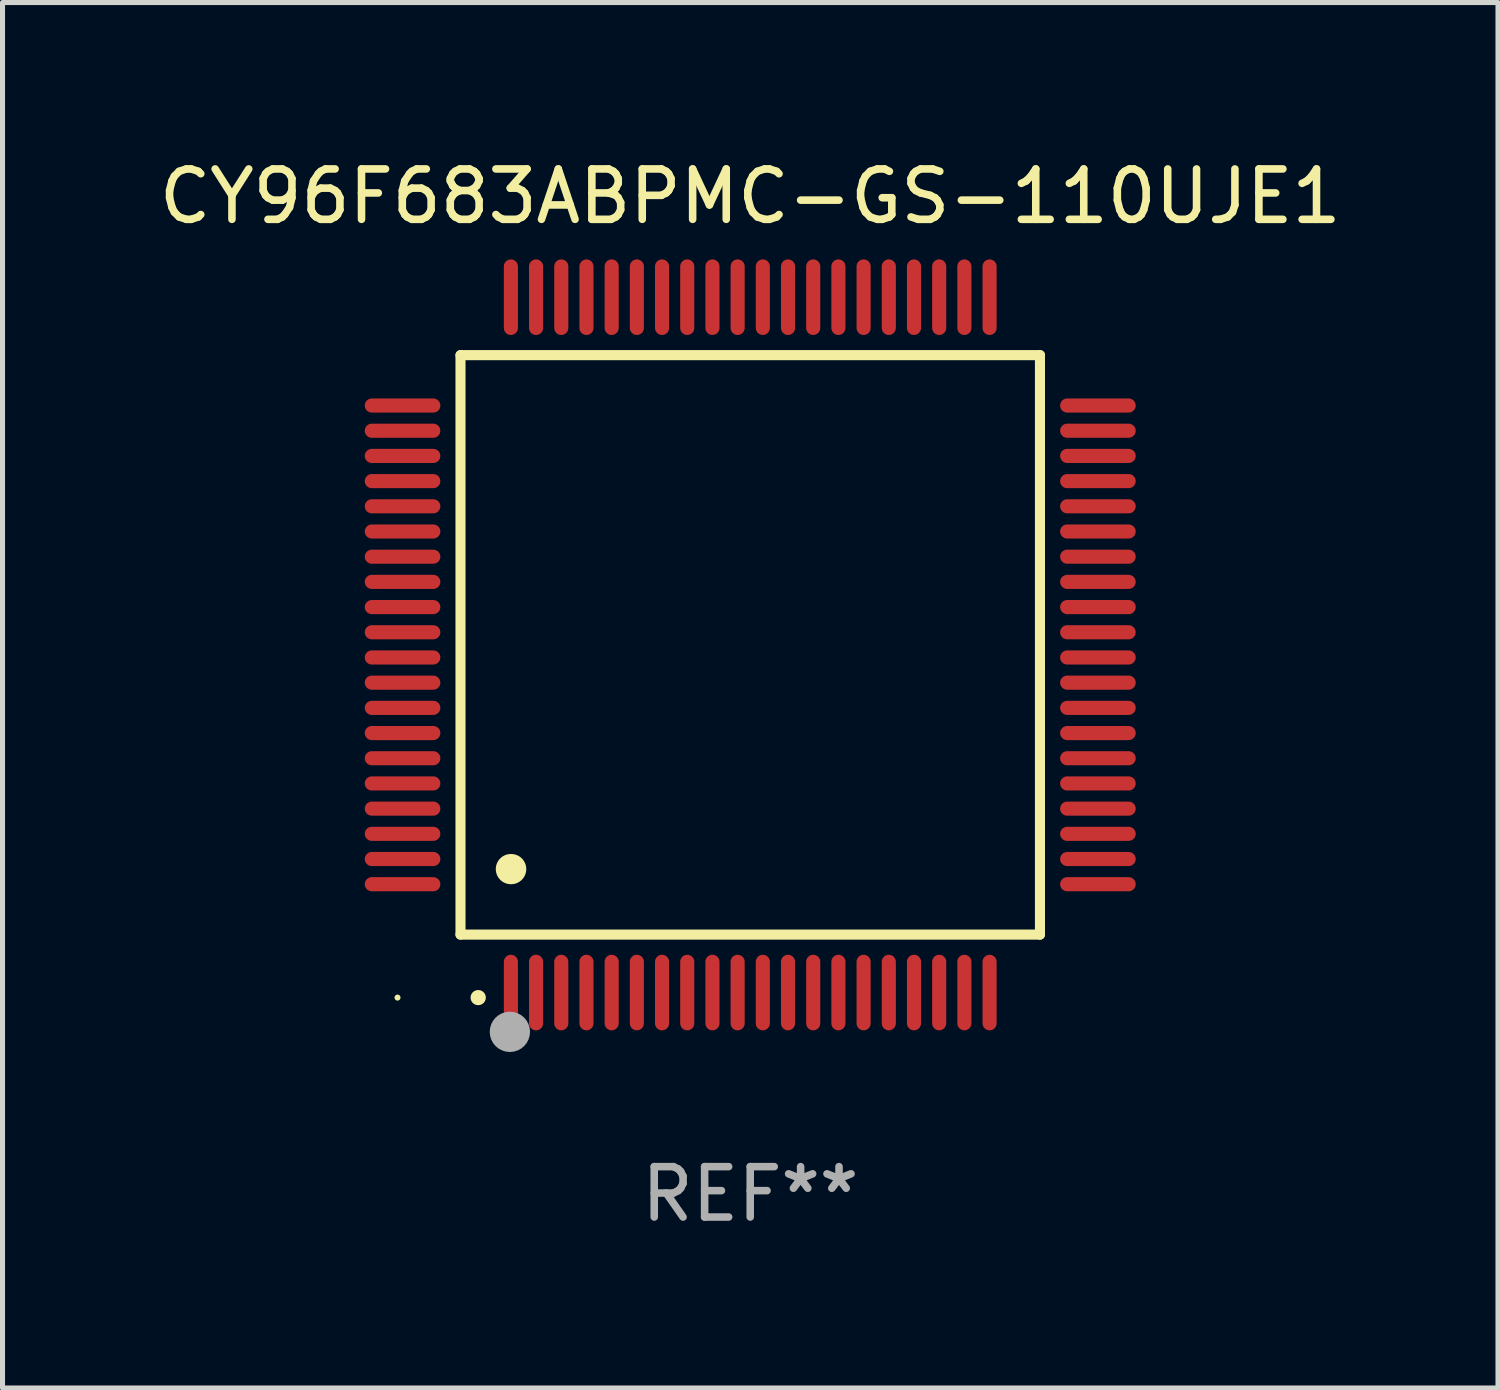
<source format=kicad_pcb>
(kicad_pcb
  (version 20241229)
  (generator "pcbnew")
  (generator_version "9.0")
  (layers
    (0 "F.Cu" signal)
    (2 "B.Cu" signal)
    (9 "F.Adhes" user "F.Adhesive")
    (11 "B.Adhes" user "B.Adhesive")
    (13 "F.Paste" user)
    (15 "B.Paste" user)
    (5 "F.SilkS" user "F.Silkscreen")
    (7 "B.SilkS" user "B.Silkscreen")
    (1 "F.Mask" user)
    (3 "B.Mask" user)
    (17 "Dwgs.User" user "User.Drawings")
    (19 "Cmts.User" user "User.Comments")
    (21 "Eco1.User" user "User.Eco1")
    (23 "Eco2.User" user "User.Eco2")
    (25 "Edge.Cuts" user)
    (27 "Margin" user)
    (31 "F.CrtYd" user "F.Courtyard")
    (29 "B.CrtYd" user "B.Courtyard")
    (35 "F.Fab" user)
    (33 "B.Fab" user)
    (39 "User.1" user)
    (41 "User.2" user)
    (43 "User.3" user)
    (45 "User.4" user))
  (footprint "CY96F683ABPMC-GS-110UJE1"
    (layer "F.Cu")
    (at 11.839 9.748)
    (property "Reference" "CY96F683ABPMC-GS-110UJE1" (at 0 -8.9 0) (layer "F.SilkS") (effects (font (size 1 1) (thickness 0.15))))
    (attr through_hole)
    (fp_line (start -5.75 -5.75) (end 5.75 -5.75) (stroke (width 0.2) (type solid)) (layer "F.SilkS"))
    (fp_line (start -5.75 5.75) (end -5.75 -5.75) (stroke (width 0.2) (type solid)) (layer "F.SilkS"))
    (fp_line (start 5.75 -5.75) (end 5.75 5.75) (stroke (width 0.2) (type solid)) (layer "F.SilkS"))
    (fp_line (start 5.75 5.75) (end -5.75 5.75) (stroke (width 0.2) (type solid)) (layer "F.SilkS"))
    (fp_arc (start -5.400051 7.000254) (mid -5.398781 7.000249) (end -5.397511 7.000254) (stroke (width 0.3) (type solid)) (layer "F.SilkS"))
    (fp_arc (start -4.749809 4.450089) (mid -4.747269 4.450078) (end -4.744729 4.450089) (stroke (width 0.6) (type solid)) (layer "F.SilkS"))
    (fp_circle (center -7 7) (end -6.97 7) (stroke (width 0.06) (type solid)) (fill no) (layer "F.SilkS"))
    (fp_circle (center -4.77 7.68) (end -4.57 7.68) (stroke (width 0.4) (type solid)) (fill no) (layer "F.Fab"))
    (fp_text user "REF**" (at 0 10.9 0) (layer "F.Fab") (effects (font (size 1 1) (thickness 0.15))))
    (pad "1" smd oval (at -4.75 6.9) (size 0.28 1.5) (layers "F.Cu" "F.Mask" "F.Paste"))
    (pad "2" smd oval (at -4.25 6.9) (size 0.28 1.5) (layers "F.Cu" "F.Mask" "F.Paste"))
    (pad "3" smd oval (at -3.75 6.9) (size 0.28 1.5) (layers "F.Cu" "F.Mask" "F.Paste"))
    (pad "4" smd oval (at -3.25 6.9) (size 0.28 1.5) (layers "F.Cu" "F.Mask" "F.Paste"))
    (pad "5" smd oval (at -2.75 6.9) (size 0.28 1.5) (layers "F.Cu" "F.Mask" "F.Paste"))
    (pad "6" smd oval (at -2.25 6.9) (size 0.28 1.5) (layers "F.Cu" "F.Mask" "F.Paste"))
    (pad "7" smd oval (at -1.75 6.9) (size 0.28 1.5) (layers "F.Cu" "F.Mask" "F.Paste"))
    (pad "8" smd oval (at -1.25 6.9) (size 0.28 1.5) (layers "F.Cu" "F.Mask" "F.Paste"))
    (pad "9" smd oval (at -0.75 6.9) (size 0.28 1.5) (layers "F.Cu" "F.Mask" "F.Paste"))
    (pad "10" smd oval (at -0.25 6.9) (size 0.28 1.5) (layers "F.Cu" "F.Mask" "F.Paste"))
    (pad "11" smd oval (at 0.25 6.9) (size 0.28 1.5) (layers "F.Cu" "F.Mask" "F.Paste"))
    (pad "12" smd oval (at 0.75 6.9) (size 0.28 1.5) (layers "F.Cu" "F.Mask" "F.Paste"))
    (pad "13" smd oval (at 1.25 6.9) (size 0.28 1.5) (layers "F.Cu" "F.Mask" "F.Paste"))
    (pad "14" smd oval (at 1.75 6.9) (size 0.28 1.5) (layers "F.Cu" "F.Mask" "F.Paste"))
    (pad "15" smd oval (at 2.25 6.9) (size 0.28 1.5) (layers "F.Cu" "F.Mask" "F.Paste"))
    (pad "16" smd oval (at 2.75 6.9) (size 0.28 1.5) (layers "F.Cu" "F.Mask" "F.Paste"))
    (pad "17" smd oval (at 3.25 6.9) (size 0.28 1.5) (layers "F.Cu" "F.Mask" "F.Paste"))
    (pad "18" smd oval (at 3.75 6.9) (size 0.28 1.5) (layers "F.Cu" "F.Mask" "F.Paste"))
    (pad "19" smd oval (at 4.25 6.9) (size 0.28 1.5) (layers "F.Cu" "F.Mask" "F.Paste"))
    (pad "20" smd oval (at 4.75 6.9) (size 0.28 1.5) (layers "F.Cu" "F.Mask" "F.Paste"))
    (pad "21" smd oval (at 6.9 4.75) (size 1.5 0.28) (layers "F.Cu" "F.Mask" "F.Paste"))
    (pad "22" smd oval (at 6.9 4.25) (size 1.5 0.28) (layers "F.Cu" "F.Mask" "F.Paste"))
    (pad "23" smd oval (at 6.9 3.75) (size 1.5 0.28) (layers "F.Cu" "F.Mask" "F.Paste"))
    (pad "24" smd oval (at 6.9 3.25) (size 1.5 0.28) (layers "F.Cu" "F.Mask" "F.Paste"))
    (pad "25" smd oval (at 6.9 2.75) (size 1.5 0.28) (layers "F.Cu" "F.Mask" "F.Paste"))
    (pad "26" smd oval (at 6.9 2.25) (size 1.5 0.28) (layers "F.Cu" "F.Mask" "F.Paste"))
    (pad "27" smd oval (at 6.9 1.75) (size 1.5 0.28) (layers "F.Cu" "F.Mask" "F.Paste"))
    (pad "28" smd oval (at 6.9 1.25) (size 1.5 0.28) (layers "F.Cu" "F.Mask" "F.Paste"))
    (pad "29" smd oval (at 6.9 0.75) (size 1.5 0.28) (layers "F.Cu" "F.Mask" "F.Paste"))
    (pad "30" smd oval (at 6.9 0.25) (size 1.5 0.28) (layers "F.Cu" "F.Mask" "F.Paste"))
    (pad "31" smd oval (at 6.9 -0.25) (size 1.5 0.28) (layers "F.Cu" "F.Mask" "F.Paste"))
    (pad "32" smd oval (at 6.9 -0.75) (size 1.5 0.28) (layers "F.Cu" "F.Mask" "F.Paste"))
    (pad "33" smd oval (at 6.9 -1.25) (size 1.5 0.28) (layers "F.Cu" "F.Mask" "F.Paste"))
    (pad "34" smd oval (at 6.9 -1.75) (size 1.5 0.28) (layers "F.Cu" "F.Mask" "F.Paste"))
    (pad "35" smd oval (at 6.9 -2.25) (size 1.5 0.28) (layers "F.Cu" "F.Mask" "F.Paste"))
    (pad "36" smd oval (at 6.9 -2.75) (size 1.5 0.28) (layers "F.Cu" "F.Mask" "F.Paste"))
    (pad "37" smd oval (at 6.9 -3.25) (size 1.5 0.28) (layers "F.Cu" "F.Mask" "F.Paste"))
    (pad "38" smd oval (at 6.9 -3.75) (size 1.5 0.28) (layers "F.Cu" "F.Mask" "F.Paste"))
    (pad "39" smd oval (at 6.9 -4.25) (size 1.5 0.28) (layers "F.Cu" "F.Mask" "F.Paste"))
    (pad "40" smd oval (at 6.9 -4.75) (size 1.5 0.28) (layers "F.Cu" "F.Mask" "F.Paste"))
    (pad "41" smd oval (at 4.75 -6.9) (size 0.28 1.5) (layers "F.Cu" "F.Mask" "F.Paste"))
    (pad "42" smd oval (at 4.25 -6.9) (size 0.28 1.5) (layers "F.Cu" "F.Mask" "F.Paste"))
    (pad "43" smd oval (at 3.75 -6.9) (size 0.28 1.5) (layers "F.Cu" "F.Mask" "F.Paste"))
    (pad "44" smd oval (at 3.25 -6.9) (size 0.28 1.5) (layers "F.Cu" "F.Mask" "F.Paste"))
    (pad "45" smd oval (at 2.75 -6.9) (size 0.28 1.5) (layers "F.Cu" "F.Mask" "F.Paste"))
    (pad "46" smd oval (at 2.25 -6.9) (size 0.28 1.5) (layers "F.Cu" "F.Mask" "F.Paste"))
    (pad "47" smd oval (at 1.75 -6.9) (size 0.28 1.5) (layers "F.Cu" "F.Mask" "F.Paste"))
    (pad "48" smd oval (at 1.25 -6.9) (size 0.28 1.5) (layers "F.Cu" "F.Mask" "F.Paste"))
    (pad "49" smd oval (at 0.75 -6.9) (size 0.28 1.5) (layers "F.Cu" "F.Mask" "F.Paste"))
    (pad "50" smd oval (at 0.25 -6.9) (size 0.28 1.5) (layers "F.Cu" "F.Mask" "F.Paste"))
    (pad "51" smd oval (at -0.25 -6.9) (size 0.28 1.5) (layers "F.Cu" "F.Mask" "F.Paste"))
    (pad "52" smd oval (at -0.75 -6.9) (size 0.28 1.5) (layers "F.Cu" "F.Mask" "F.Paste"))
    (pad "53" smd oval (at -1.25 -6.9) (size 0.28 1.5) (layers "F.Cu" "F.Mask" "F.Paste"))
    (pad "54" smd oval (at -1.75 -6.9) (size 0.28 1.5) (layers "F.Cu" "F.Mask" "F.Paste"))
    (pad "55" smd oval (at -2.25 -6.9) (size 0.28 1.5) (layers "F.Cu" "F.Mask" "F.Paste"))
    (pad "56" smd oval (at -2.75 -6.9) (size 0.28 1.5) (layers "F.Cu" "F.Mask" "F.Paste"))
    (pad "57" smd oval (at -3.25 -6.9) (size 0.28 1.5) (layers "F.Cu" "F.Mask" "F.Paste"))
    (pad "58" smd oval (at -3.75 -6.9) (size 0.28 1.5) (layers "F.Cu" "F.Mask" "F.Paste"))
    (pad "59" smd oval (at -4.25 -6.9) (size 0.28 1.5) (layers "F.Cu" "F.Mask" "F.Paste"))
    (pad "60" smd oval (at -4.75 -6.9) (size 0.28 1.5) (layers "F.Cu" "F.Mask" "F.Paste"))
    (pad "61" smd oval (at -6.9 -4.75) (size 1.5 0.28) (layers "F.Cu" "F.Mask" "F.Paste"))
    (pad "62" smd oval (at -6.9 -4.25) (size 1.5 0.28) (layers "F.Cu" "F.Mask" "F.Paste"))
    (pad "63" smd oval (at -6.9 -3.75) (size 1.5 0.28) (layers "F.Cu" "F.Mask" "F.Paste"))
    (pad "64" smd oval (at -6.9 -3.25) (size 1.5 0.28) (layers "F.Cu" "F.Mask" "F.Paste"))
    (pad "65" smd oval (at -6.9 -2.75) (size 1.5 0.28) (layers "F.Cu" "F.Mask" "F.Paste"))
    (pad "66" smd oval (at -6.9 -2.25) (size 1.5 0.28) (layers "F.Cu" "F.Mask" "F.Paste"))
    (pad "67" smd oval (at -6.9 -1.75) (size 1.5 0.28) (layers "F.Cu" "F.Mask" "F.Paste"))
    (pad "68" smd oval (at -6.9 -1.25) (size 1.5 0.28) (layers "F.Cu" "F.Mask" "F.Paste"))
    (pad "69" smd oval (at -6.9 -0.75) (size 1.5 0.28) (layers "F.Cu" "F.Mask" "F.Paste"))
    (pad "70" smd oval (at -6.9 -0.25) (size 1.5 0.28) (layers "F.Cu" "F.Mask" "F.Paste"))
    (pad "71" smd oval (at -6.9 0.25) (size 1.5 0.28) (layers "F.Cu" "F.Mask" "F.Paste"))
    (pad "72" smd oval (at -6.9 0.75) (size 1.5 0.28) (layers "F.Cu" "F.Mask" "F.Paste"))
    (pad "73" smd oval (at -6.9 1.25) (size 1.5 0.28) (layers "F.Cu" "F.Mask" "F.Paste"))
    (pad "74" smd oval (at -6.9 1.75) (size 1.5 0.28) (layers "F.Cu" "F.Mask" "F.Paste"))
    (pad "75" smd oval (at -6.9 2.25) (size 1.5 0.28) (layers "F.Cu" "F.Mask" "F.Paste"))
    (pad "76" smd oval (at -6.9 2.75) (size 1.5 0.28) (layers "F.Cu" "F.Mask" "F.Paste"))
    (pad "77" smd oval (at -6.9 3.25) (size 1.5 0.28) (layers "F.Cu" "F.Mask" "F.Paste"))
    (pad "78" smd oval (at -6.9 3.75) (size 1.5 0.28) (layers "F.Cu" "F.Mask" "F.Paste"))
    (pad "79" smd oval (at -6.9 4.25) (size 1.5 0.28) (layers "F.Cu" "F.Mask" "F.Paste"))
    (pad "80" smd oval (at -6.9 4.75) (size 1.5 0.28) (layers "F.Cu" "F.Mask" "F.Paste")))
  (gr_rect
    (start -3 -3)
    (end 26.679 24.496)
    (stroke (width 0.1) (type default))
    (fill no)
    (layer "Edge.Cuts")))
</source>
